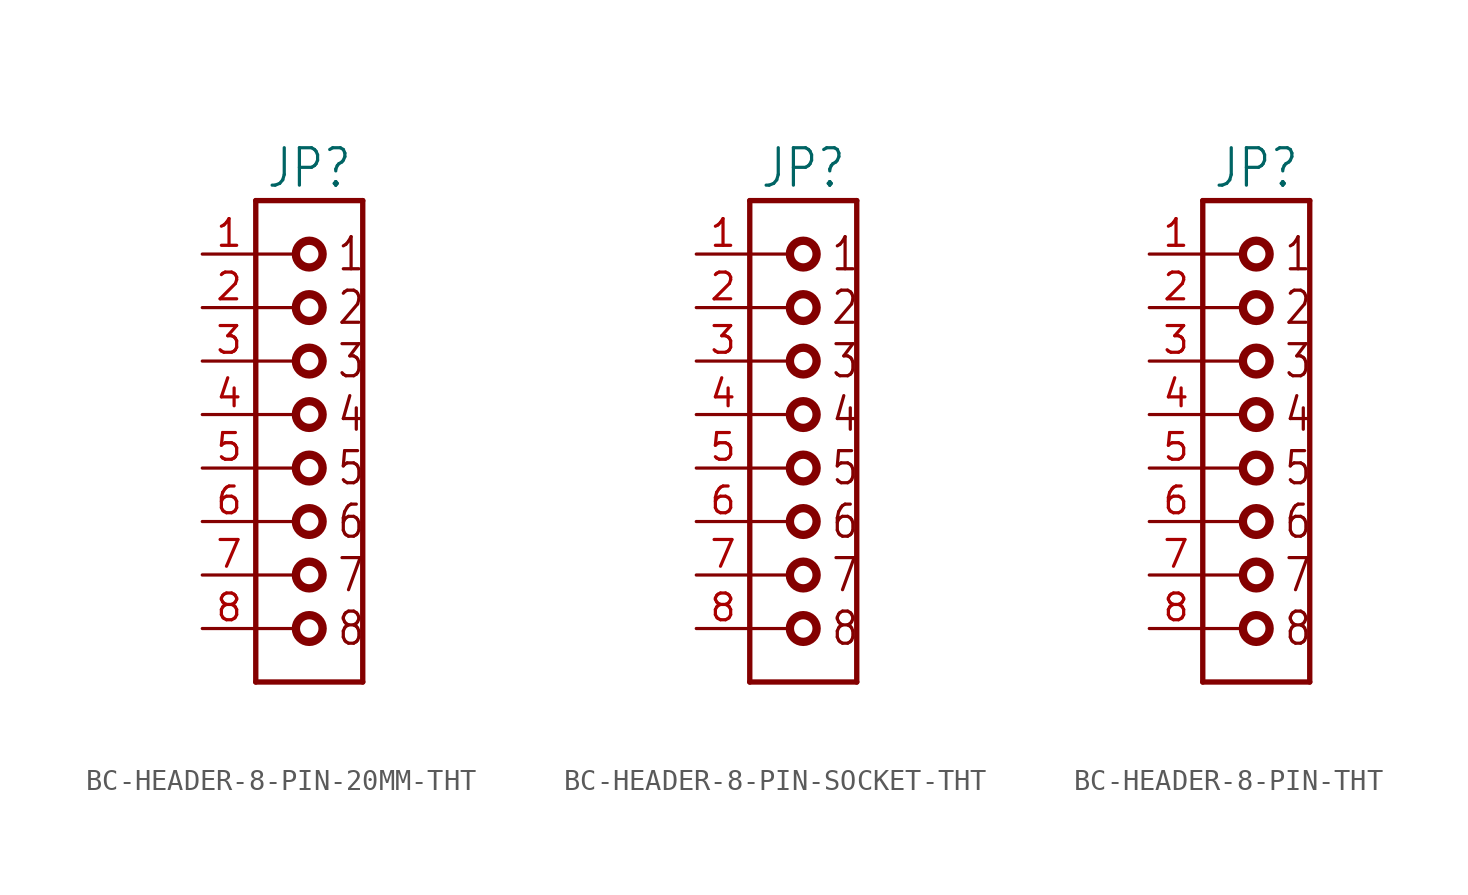
<source format=kicad_sym>
(kicad_symbol_lib
  (version 20231120)
  (generator "kicad_symbol_editor")
  (generator_version "8.0")
  (symbol "BC-HEADER-8-PIN-20MM-THT"
    (property "Reference" "JP"
      (at 0 13.208 0)
      (effects (font (size 1.778 1.511)) (justify bottom)))
    (property "Value" ""
      (at 0 -10.668 0)
      (effects (font (size 1.778 1.511)) (justify top)))
    (property "ki_locked" ""
      (at 0 0 0)
      (effects (font (size 1.27 1.27))))
    (symbol "BC-HEADER-8-PIN-20MM-THT_1_0"
      (circle (center 0 -7.62) (radius 0.635) (stroke (width 0.396) (type solid)) (fill (type none)))
      (circle (center 0 -5.08) (radius 0.635) (stroke (width 0.396) (type solid)) (fill (type none)))
      (circle (center 0 -2.54) (radius 0.635) (stroke (width 0.396) (type solid)) (fill (type none)))
      (polyline (pts (xy -2.54 -10.16) (xy 2.54 -10.16)) (stroke (width 0.254) (type solid)) (fill (type none)))
      (polyline (pts (xy -2.54 -7.62) (xy -0.635 -7.62)) (stroke (width 0.152) (type solid)) (fill (type none)))
      (polyline (pts (xy -2.54 -5.08) (xy -0.635 -5.08)) (stroke (width 0.152) (type solid)) (fill (type none)))
      (polyline (pts (xy -2.54 -2.54) (xy -0.635 -2.54)) (stroke (width 0.152) (type solid)) (fill (type none)))
      (polyline (pts (xy -2.54 0) (xy -0.635 0)) (stroke (width 0.152) (type solid)) (fill (type none)))
      (polyline (pts (xy -2.54 2.54) (xy -0.635 2.54)) (stroke (width 0.152) (type solid)) (fill (type none)))
      (polyline (pts (xy -2.54 5.08) (xy -2.54 -10.16)) (stroke (width 0.254) (type solid)) (fill (type none)))
      (polyline (pts (xy -2.54 5.08) (xy -0.635 5.08)) (stroke (width 0.152) (type solid)) (fill (type none)))
      (polyline (pts (xy -2.54 7.62) (xy -0.635 7.62)) (stroke (width 0.152) (type solid)) (fill (type none)))
      (polyline (pts (xy -2.54 10.16) (xy -0.635 10.16)) (stroke (width 0.152) (type solid)) (fill (type none)))
      (polyline (pts (xy -2.54 12.7) (xy -2.54 5.08)) (stroke (width 0.254) (type solid)) (fill (type none)))
      (polyline (pts (xy 2.54 -10.16) (xy 2.54 12.7)) (stroke (width 0.254) (type solid)) (fill (type none)))
      (polyline (pts (xy 2.54 12.7) (xy -2.54 12.7)) (stroke (width 0.254) (type solid)) (fill (type none)))
      (circle (center 0 0) (radius 0.635) (stroke (width 0.396) (type solid)) (fill (type none)))
      (circle (center 0 2.54) (radius 0.635) (stroke (width 0.396) (type solid)) (fill (type none)))
      (circle (center 0 5.08) (radius 0.635) (stroke (width 0.396) (type solid)) (fill (type none)))
      (circle (center 0 7.62) (radius 0.635) (stroke (width 0.396) (type solid)) (fill (type none)))
      (circle (center 0 10.16) (radius 0.635) (stroke (width 0.396) (type solid)) (fill (type none)))
      (text "1" (at 1.27 10.16 0) (effects (font (size 1.524 1.295)) (justify left)))
      (text "2" (at 1.27 7.62 0) (effects (font (size 1.524 1.295)) (justify left)))
      (text "3" (at 1.27 5.08 0) (effects (font (size 1.524 1.295)) (justify left)))
      (text "4" (at 1.27 2.54 0) (effects (font (size 1.524 1.295)) (justify left)))
      (text "5" (at 1.27 0 0) (effects (font (size 1.524 1.295)) (justify left)))
      (text "6" (at 1.27 -2.54 0) (effects (font (size 1.524 1.295)) (justify left)))
      (text "7" (at 1.27 -5.08 0) (effects (font (size 1.524 1.295)) (justify left)))
      (text "8" (at 1.27 -7.62 0) (effects (font (size 1.524 1.295)) (justify left)))
      (pin passive line (at -5.08 10.16 0) (length 2.54) (name "1" (effects (font (size 0 0)))) (number "1" (effects (font (size 1.27 1.27)))))
      (pin passive line (at -5.08 7.62 0) (length 2.54) (name "2" (effects (font (size 0 0)))) (number "2" (effects (font (size 1.27 1.27)))))
      (pin passive line (at -5.08 5.08 0) (length 2.54) (name "3" (effects (font (size 0 0)))) (number "3" (effects (font (size 1.27 1.27)))))
      (pin passive line (at -5.08 2.54 0) (length 2.54) (name "4" (effects (font (size 0 0)))) (number "4" (effects (font (size 1.27 1.27)))))
      (pin passive line (at -5.08 0 0) (length 2.54) (name "5" (effects (font (size 0 0)))) (number "5" (effects (font (size 1.27 1.27)))))
      (pin passive line (at -5.08 -2.54 0) (length 2.54) (name "6" (effects (font (size 0 0)))) (number "6" (effects (font (size 1.27 1.27)))))
      (pin passive line (at -5.08 -5.08 0) (length 2.54) (name "7" (effects (font (size 0 0)))) (number "7" (effects (font (size 1.27 1.27)))))
      (pin passive line (at -5.08 -7.62 0) (length 2.54) (name "8" (effects (font (size 0 0)))) (number "8" (effects (font (size 1.27 1.27)))))))
  (symbol "BC-HEADER-8-PIN-SOCKET-THT"
    (property "Reference" "JP"
      (at 0 13.208 0)
      (effects (font (size 1.778 1.511)) (justify bottom)))
    (property "Value" ""
      (at 0 -10.668 0)
      (effects (font (size 1.778 1.511)) (justify top)))
    (property "ki_locked" ""
      (at 0 0 0)
      (effects (font (size 1.27 1.27))))
    (symbol "BC-HEADER-8-PIN-SOCKET-THT_1_0"
      (circle (center 0 -7.62) (radius 0.635) (stroke (width 0.396) (type solid)) (fill (type none)))
      (circle (center 0 -5.08) (radius 0.635) (stroke (width 0.396) (type solid)) (fill (type none)))
      (circle (center 0 -2.54) (radius 0.635) (stroke (width 0.396) (type solid)) (fill (type none)))
      (polyline (pts (xy -2.54 -10.16) (xy 2.54 -10.16)) (stroke (width 0.254) (type solid)) (fill (type none)))
      (polyline (pts (xy -2.54 -7.62) (xy -0.635 -7.62)) (stroke (width 0.152) (type solid)) (fill (type none)))
      (polyline (pts (xy -2.54 -5.08) (xy -0.635 -5.08)) (stroke (width 0.152) (type solid)) (fill (type none)))
      (polyline (pts (xy -2.54 -2.54) (xy -0.635 -2.54)) (stroke (width 0.152) (type solid)) (fill (type none)))
      (polyline (pts (xy -2.54 0) (xy -0.635 0)) (stroke (width 0.152) (type solid)) (fill (type none)))
      (polyline (pts (xy -2.54 2.54) (xy -0.635 2.54)) (stroke (width 0.152) (type solid)) (fill (type none)))
      (polyline (pts (xy -2.54 5.08) (xy -2.54 -10.16)) (stroke (width 0.254) (type solid)) (fill (type none)))
      (polyline (pts (xy -2.54 5.08) (xy -0.635 5.08)) (stroke (width 0.152) (type solid)) (fill (type none)))
      (polyline (pts (xy -2.54 7.62) (xy -0.635 7.62)) (stroke (width 0.152) (type solid)) (fill (type none)))
      (polyline (pts (xy -2.54 10.16) (xy -0.635 10.16)) (stroke (width 0.152) (type solid)) (fill (type none)))
      (polyline (pts (xy -2.54 12.7) (xy -2.54 5.08)) (stroke (width 0.254) (type solid)) (fill (type none)))
      (polyline (pts (xy 2.54 -10.16) (xy 2.54 12.7)) (stroke (width 0.254) (type solid)) (fill (type none)))
      (polyline (pts (xy 2.54 12.7) (xy -2.54 12.7)) (stroke (width 0.254) (type solid)) (fill (type none)))
      (circle (center 0 0) (radius 0.635) (stroke (width 0.396) (type solid)) (fill (type none)))
      (circle (center 0 2.54) (radius 0.635) (stroke (width 0.396) (type solid)) (fill (type none)))
      (circle (center 0 5.08) (radius 0.635) (stroke (width 0.396) (type solid)) (fill (type none)))
      (circle (center 0 7.62) (radius 0.635) (stroke (width 0.396) (type solid)) (fill (type none)))
      (circle (center 0 10.16) (radius 0.635) (stroke (width 0.396) (type solid)) (fill (type none)))
      (text "1" (at 1.27 10.16 0) (effects (font (size 1.524 1.295)) (justify left)))
      (text "2" (at 1.27 7.62 0) (effects (font (size 1.524 1.295)) (justify left)))
      (text "3" (at 1.27 5.08 0) (effects (font (size 1.524 1.295)) (justify left)))
      (text "4" (at 1.27 2.54 0) (effects (font (size 1.524 1.295)) (justify left)))
      (text "5" (at 1.27 0 0) (effects (font (size 1.524 1.295)) (justify left)))
      (text "6" (at 1.27 -2.54 0) (effects (font (size 1.524 1.295)) (justify left)))
      (text "7" (at 1.27 -5.08 0) (effects (font (size 1.524 1.295)) (justify left)))
      (text "8" (at 1.27 -7.62 0) (effects (font (size 1.524 1.295)) (justify left)))
      (pin passive line (at -5.08 10.16 0) (length 2.54) (name "1" (effects (font (size 0 0)))) (number "1" (effects (font (size 1.27 1.27)))))
      (pin passive line (at -5.08 7.62 0) (length 2.54) (name "2" (effects (font (size 0 0)))) (number "2" (effects (font (size 1.27 1.27)))))
      (pin passive line (at -5.08 5.08 0) (length 2.54) (name "3" (effects (font (size 0 0)))) (number "3" (effects (font (size 1.27 1.27)))))
      (pin passive line (at -5.08 2.54 0) (length 2.54) (name "4" (effects (font (size 0 0)))) (number "4" (effects (font (size 1.27 1.27)))))
      (pin passive line (at -5.08 0 0) (length 2.54) (name "5" (effects (font (size 0 0)))) (number "5" (effects (font (size 1.27 1.27)))))
      (pin passive line (at -5.08 -2.54 0) (length 2.54) (name "6" (effects (font (size 0 0)))) (number "6" (effects (font (size 1.27 1.27)))))
      (pin passive line (at -5.08 -5.08 0) (length 2.54) (name "7" (effects (font (size 0 0)))) (number "7" (effects (font (size 1.27 1.27)))))
      (pin passive line (at -5.08 -7.62 0) (length 2.54) (name "8" (effects (font (size 0 0)))) (number "8" (effects (font (size 1.27 1.27)))))))
  (symbol "BC-HEADER-8-PIN-THT"
    (property "Reference" "JP"
      (at 0 13.208 0)
      (effects (font (size 1.778 1.511)) (justify bottom)))
    (property "Value" ""
      (at 0 -10.668 0)
      (effects (font (size 1.778 1.511)) (justify top)))
    (property "ki_locked" ""
      (at 0 0 0)
      (effects (font (size 1.27 1.27))))
    (symbol "BC-HEADER-8-PIN-THT_1_0"
      (circle (center 0 -7.62) (radius 0.635) (stroke (width 0.396) (type solid)) (fill (type none)))
      (circle (center 0 -5.08) (radius 0.635) (stroke (width 0.396) (type solid)) (fill (type none)))
      (circle (center 0 -2.54) (radius 0.635) (stroke (width 0.396) (type solid)) (fill (type none)))
      (polyline (pts (xy -2.54 -10.16) (xy 2.54 -10.16)) (stroke (width 0.254) (type solid)) (fill (type none)))
      (polyline (pts (xy -2.54 -7.62) (xy -0.635 -7.62)) (stroke (width 0.152) (type solid)) (fill (type none)))
      (polyline (pts (xy -2.54 -5.08) (xy -0.635 -5.08)) (stroke (width 0.152) (type solid)) (fill (type none)))
      (polyline (pts (xy -2.54 -2.54) (xy -0.635 -2.54)) (stroke (width 0.152) (type solid)) (fill (type none)))
      (polyline (pts (xy -2.54 0) (xy -0.635 0)) (stroke (width 0.152) (type solid)) (fill (type none)))
      (polyline (pts (xy -2.54 2.54) (xy -0.635 2.54)) (stroke (width 0.152) (type solid)) (fill (type none)))
      (polyline (pts (xy -2.54 5.08) (xy -2.54 -10.16)) (stroke (width 0.254) (type solid)) (fill (type none)))
      (polyline (pts (xy -2.54 5.08) (xy -0.635 5.08)) (stroke (width 0.152) (type solid)) (fill (type none)))
      (polyline (pts (xy -2.54 7.62) (xy -0.635 7.62)) (stroke (width 0.152) (type solid)) (fill (type none)))
      (polyline (pts (xy -2.54 10.16) (xy -0.635 10.16)) (stroke (width 0.152) (type solid)) (fill (type none)))
      (polyline (pts (xy -2.54 12.7) (xy -2.54 5.08)) (stroke (width 0.254) (type solid)) (fill (type none)))
      (polyline (pts (xy 2.54 -10.16) (xy 2.54 12.7)) (stroke (width 0.254) (type solid)) (fill (type none)))
      (polyline (pts (xy 2.54 12.7) (xy -2.54 12.7)) (stroke (width 0.254) (type solid)) (fill (type none)))
      (circle (center 0 0) (radius 0.635) (stroke (width 0.396) (type solid)) (fill (type none)))
      (circle (center 0 2.54) (radius 0.635) (stroke (width 0.396) (type solid)) (fill (type none)))
      (circle (center 0 5.08) (radius 0.635) (stroke (width 0.396) (type solid)) (fill (type none)))
      (circle (center 0 7.62) (radius 0.635) (stroke (width 0.396) (type solid)) (fill (type none)))
      (circle (center 0 10.16) (radius 0.635) (stroke (width 0.396) (type solid)) (fill (type none)))
      (text "1" (at 1.27 10.16 0) (effects (font (size 1.524 1.295)) (justify left)))
      (text "2" (at 1.27 7.62 0) (effects (font (size 1.524 1.295)) (justify left)))
      (text "3" (at 1.27 5.08 0) (effects (font (size 1.524 1.295)) (justify left)))
      (text "4" (at 1.27 2.54 0) (effects (font (size 1.524 1.295)) (justify left)))
      (text "5" (at 1.27 0 0) (effects (font (size 1.524 1.295)) (justify left)))
      (text "6" (at 1.27 -2.54 0) (effects (font (size 1.524 1.295)) (justify left)))
      (text "7" (at 1.27 -5.08 0) (effects (font (size 1.524 1.295)) (justify left)))
      (text "8" (at 1.27 -7.62 0) (effects (font (size 1.524 1.295)) (justify left)))
      (pin passive line (at -5.08 10.16 0) (length 2.54) (name "1" (effects (font (size 0 0)))) (number "1" (effects (font (size 1.27 1.27)))))
      (pin passive line (at -5.08 7.62 0) (length 2.54) (name "2" (effects (font (size 0 0)))) (number "2" (effects (font (size 1.27 1.27)))))
      (pin passive line (at -5.08 5.08 0) (length 2.54) (name "3" (effects (font (size 0 0)))) (number "3" (effects (font (size 1.27 1.27)))))
      (pin passive line (at -5.08 2.54 0) (length 2.54) (name "4" (effects (font (size 0 0)))) (number "4" (effects (font (size 1.27 1.27)))))
      (pin passive line (at -5.08 0 0) (length 2.54) (name "5" (effects (font (size 0 0)))) (number "5" (effects (font (size 1.27 1.27)))))
      (pin passive line (at -5.08 -2.54 0) (length 2.54) (name "6" (effects (font (size 0 0)))) (number "6" (effects (font (size 1.27 1.27)))))
      (pin passive line (at -5.08 -5.08 0) (length 2.54) (name "7" (effects (font (size 0 0)))) (number "7" (effects (font (size 1.27 1.27)))))
      (pin passive line (at -5.08 -7.62 0) (length 2.54) (name "8" (effects (font (size 0 0)))) (number "8" (effects (font (size 1.27 1.27))))))))
</source>
